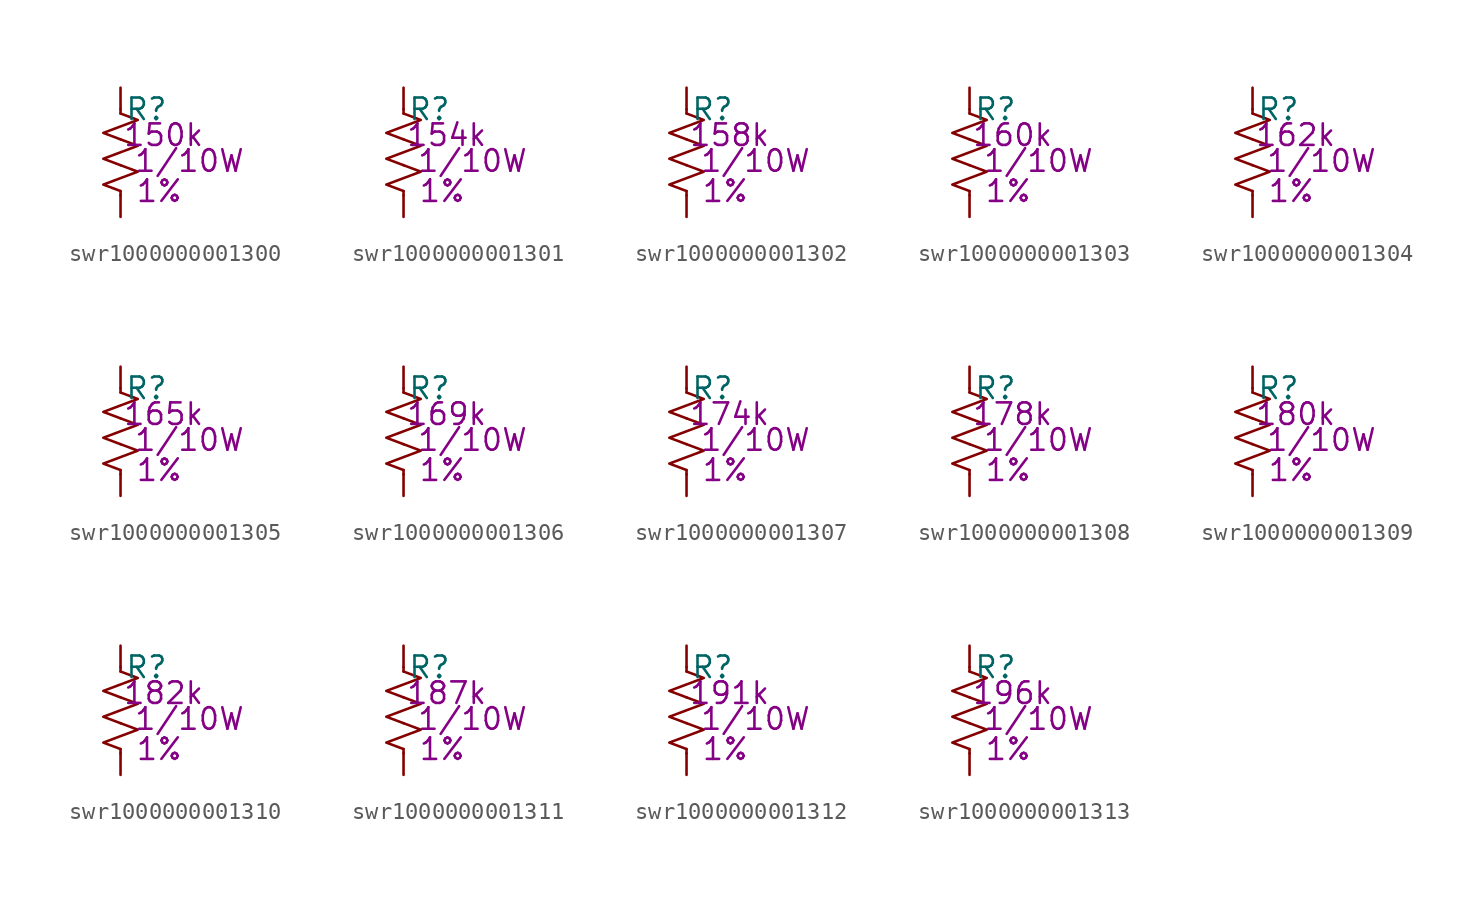
<source format=kicad_sym>
(kicad_symbol_lib
  (version 20211014)
  (generator kicad_symbol_editor)
  (symbol "swr1000000001300"
    (pin_numbers hide)
    (pin_names
      (offset 1.016))
    (property "Reference" "R"
      (at 1.524 2.54 0)
      (effects (font (size 1.27 1.27))))
    (property "PartValue" "150k"
      (at 2.54 1.016 0)
      (effects (font (size 1.27 1.27))))
    (property "Tolerance" "1%"
      (at 2.286 -2.286 0)
      (effects (font (size 1.27 1.27))))
    (property "Wattage" "1/10W"
      (at 4.064 -0.508 0)
      (effects (font (size 1.27 1.27))))
    (symbol "swr1000000001300_1_1"
      (polyline (pts (xy 0 -2.286) (xy 0 -2.54)) (stroke (width 0) (type default) (color 0 0 0 0)) (fill (type none)))
      (polyline (pts (xy 0 2.286) (xy 0 2.54)) (stroke (width 0) (type default) (color 0 0 0 0)) (fill (type none)))
      (polyline (pts (xy 0 -0.762) (xy 1.016 -1.143) (xy 0 -1.524) (xy -1.016 -1.905) (xy 0 -2.286)) (stroke (width 0) (type default) (color 0 0 0 0)) (fill (type none)))
      (polyline (pts (xy 0 0.762) (xy 1.016 0.381) (xy 0 0) (xy -1.016 -0.381) (xy 0 -0.762)) (stroke (width 0) (type default) (color 0 0 0 0)) (fill (type none)))
      (polyline (pts (xy 0 2.286) (xy 1.016 1.905) (xy 0 1.524) (xy -1.016 1.143) (xy 0 0.762)) (stroke (width 0) (type default) (color 0 0 0 0)) (fill (type none)))
      (pin passive line (at 0 3.81 270) (length 1.27) (name "~" (effects (font (size 1.27 1.27)))) (number "1" (effects (font (size 1.27 1.27)))))
      (pin passive line (at 0 -3.81 90) (length 1.27) (name "~" (effects (font (size 1.27 1.27)))) (number "2" (effects (font (size 1.27 1.27)))))))
  (symbol "swr1000000001301"
    (pin_numbers hide)
    (pin_names
      (offset 1.016))
    (property "Reference" "R"
      (at 1.524 2.54 0)
      (effects (font (size 1.27 1.27))))
    (property "PartValue" "154k"
      (at 2.54 1.016 0)
      (effects (font (size 1.27 1.27))))
    (property "Tolerance" "1%"
      (at 2.286 -2.286 0)
      (effects (font (size 1.27 1.27))))
    (property "Wattage" "1/10W"
      (at 4.064 -0.508 0)
      (effects (font (size 1.27 1.27))))
    (symbol "swr1000000001301_1_1"
      (polyline (pts (xy 0 -2.286) (xy 0 -2.54)) (stroke (width 0) (type default) (color 0 0 0 0)) (fill (type none)))
      (polyline (pts (xy 0 2.286) (xy 0 2.54)) (stroke (width 0) (type default) (color 0 0 0 0)) (fill (type none)))
      (polyline (pts (xy 0 -0.762) (xy 1.016 -1.143) (xy 0 -1.524) (xy -1.016 -1.905) (xy 0 -2.286)) (stroke (width 0) (type default) (color 0 0 0 0)) (fill (type none)))
      (polyline (pts (xy 0 0.762) (xy 1.016 0.381) (xy 0 0) (xy -1.016 -0.381) (xy 0 -0.762)) (stroke (width 0) (type default) (color 0 0 0 0)) (fill (type none)))
      (polyline (pts (xy 0 2.286) (xy 1.016 1.905) (xy 0 1.524) (xy -1.016 1.143) (xy 0 0.762)) (stroke (width 0) (type default) (color 0 0 0 0)) (fill (type none)))
      (pin passive line (at 0 3.81 270) (length 1.27) (name "~" (effects (font (size 1.27 1.27)))) (number "1" (effects (font (size 1.27 1.27)))))
      (pin passive line (at 0 -3.81 90) (length 1.27) (name "~" (effects (font (size 1.27 1.27)))) (number "2" (effects (font (size 1.27 1.27)))))))
  (symbol "swr1000000001302"
    (pin_numbers hide)
    (pin_names
      (offset 1.016))
    (property "Reference" "R"
      (at 1.524 2.54 0)
      (effects (font (size 1.27 1.27))))
    (property "PartValue" "158k"
      (at 2.54 1.016 0)
      (effects (font (size 1.27 1.27))))
    (property "Tolerance" "1%"
      (at 2.286 -2.286 0)
      (effects (font (size 1.27 1.27))))
    (property "Wattage" "1/10W"
      (at 4.064 -0.508 0)
      (effects (font (size 1.27 1.27))))
    (symbol "swr1000000001302_1_1"
      (polyline (pts (xy 0 -2.286) (xy 0 -2.54)) (stroke (width 0) (type default) (color 0 0 0 0)) (fill (type none)))
      (polyline (pts (xy 0 2.286) (xy 0 2.54)) (stroke (width 0) (type default) (color 0 0 0 0)) (fill (type none)))
      (polyline (pts (xy 0 -0.762) (xy 1.016 -1.143) (xy 0 -1.524) (xy -1.016 -1.905) (xy 0 -2.286)) (stroke (width 0) (type default) (color 0 0 0 0)) (fill (type none)))
      (polyline (pts (xy 0 0.762) (xy 1.016 0.381) (xy 0 0) (xy -1.016 -0.381) (xy 0 -0.762)) (stroke (width 0) (type default) (color 0 0 0 0)) (fill (type none)))
      (polyline (pts (xy 0 2.286) (xy 1.016 1.905) (xy 0 1.524) (xy -1.016 1.143) (xy 0 0.762)) (stroke (width 0) (type default) (color 0 0 0 0)) (fill (type none)))
      (pin passive line (at 0 3.81 270) (length 1.27) (name "~" (effects (font (size 1.27 1.27)))) (number "1" (effects (font (size 1.27 1.27)))))
      (pin passive line (at 0 -3.81 90) (length 1.27) (name "~" (effects (font (size 1.27 1.27)))) (number "2" (effects (font (size 1.27 1.27)))))))
  (symbol "swr1000000001303"
    (pin_numbers hide)
    (pin_names
      (offset 1.016))
    (property "Reference" "R"
      (at 1.524 2.54 0)
      (effects (font (size 1.27 1.27))))
    (property "PartValue" "160k"
      (at 2.54 1.016 0)
      (effects (font (size 1.27 1.27))))
    (property "Tolerance" "1%"
      (at 2.286 -2.286 0)
      (effects (font (size 1.27 1.27))))
    (property "Wattage" "1/10W"
      (at 4.064 -0.508 0)
      (effects (font (size 1.27 1.27))))
    (symbol "swr1000000001303_1_1"
      (polyline (pts (xy 0 -2.286) (xy 0 -2.54)) (stroke (width 0) (type default) (color 0 0 0 0)) (fill (type none)))
      (polyline (pts (xy 0 2.286) (xy 0 2.54)) (stroke (width 0) (type default) (color 0 0 0 0)) (fill (type none)))
      (polyline (pts (xy 0 -0.762) (xy 1.016 -1.143) (xy 0 -1.524) (xy -1.016 -1.905) (xy 0 -2.286)) (stroke (width 0) (type default) (color 0 0 0 0)) (fill (type none)))
      (polyline (pts (xy 0 0.762) (xy 1.016 0.381) (xy 0 0) (xy -1.016 -0.381) (xy 0 -0.762)) (stroke (width 0) (type default) (color 0 0 0 0)) (fill (type none)))
      (polyline (pts (xy 0 2.286) (xy 1.016 1.905) (xy 0 1.524) (xy -1.016 1.143) (xy 0 0.762)) (stroke (width 0) (type default) (color 0 0 0 0)) (fill (type none)))
      (pin passive line (at 0 3.81 270) (length 1.27) (name "~" (effects (font (size 1.27 1.27)))) (number "1" (effects (font (size 1.27 1.27)))))
      (pin passive line (at 0 -3.81 90) (length 1.27) (name "~" (effects (font (size 1.27 1.27)))) (number "2" (effects (font (size 1.27 1.27)))))))
  (symbol "swr1000000001304"
    (pin_numbers hide)
    (pin_names
      (offset 1.016))
    (property "Reference" "R"
      (at 1.524 2.54 0)
      (effects (font (size 1.27 1.27))))
    (property "PartValue" "162k"
      (at 2.54 1.016 0)
      (effects (font (size 1.27 1.27))))
    (property "Tolerance" "1%"
      (at 2.286 -2.286 0)
      (effects (font (size 1.27 1.27))))
    (property "Wattage" "1/10W"
      (at 4.064 -0.508 0)
      (effects (font (size 1.27 1.27))))
    (symbol "swr1000000001304_1_1"
      (polyline (pts (xy 0 -2.286) (xy 0 -2.54)) (stroke (width 0) (type default) (color 0 0 0 0)) (fill (type none)))
      (polyline (pts (xy 0 2.286) (xy 0 2.54)) (stroke (width 0) (type default) (color 0 0 0 0)) (fill (type none)))
      (polyline (pts (xy 0 -0.762) (xy 1.016 -1.143) (xy 0 -1.524) (xy -1.016 -1.905) (xy 0 -2.286)) (stroke (width 0) (type default) (color 0 0 0 0)) (fill (type none)))
      (polyline (pts (xy 0 0.762) (xy 1.016 0.381) (xy 0 0) (xy -1.016 -0.381) (xy 0 -0.762)) (stroke (width 0) (type default) (color 0 0 0 0)) (fill (type none)))
      (polyline (pts (xy 0 2.286) (xy 1.016 1.905) (xy 0 1.524) (xy -1.016 1.143) (xy 0 0.762)) (stroke (width 0) (type default) (color 0 0 0 0)) (fill (type none)))
      (pin passive line (at 0 3.81 270) (length 1.27) (name "~" (effects (font (size 1.27 1.27)))) (number "1" (effects (font (size 1.27 1.27)))))
      (pin passive line (at 0 -3.81 90) (length 1.27) (name "~" (effects (font (size 1.27 1.27)))) (number "2" (effects (font (size 1.27 1.27)))))))
  (symbol "swr1000000001305"
    (pin_numbers hide)
    (pin_names
      (offset 1.016))
    (property "Reference" "R"
      (at 1.524 2.54 0)
      (effects (font (size 1.27 1.27))))
    (property "PartValue" "165k"
      (at 2.54 1.016 0)
      (effects (font (size 1.27 1.27))))
    (property "Tolerance" "1%"
      (at 2.286 -2.286 0)
      (effects (font (size 1.27 1.27))))
    (property "Wattage" "1/10W"
      (at 4.064 -0.508 0)
      (effects (font (size 1.27 1.27))))
    (symbol "swr1000000001305_1_1"
      (polyline (pts (xy 0 -2.286) (xy 0 -2.54)) (stroke (width 0) (type default) (color 0 0 0 0)) (fill (type none)))
      (polyline (pts (xy 0 2.286) (xy 0 2.54)) (stroke (width 0) (type default) (color 0 0 0 0)) (fill (type none)))
      (polyline (pts (xy 0 -0.762) (xy 1.016 -1.143) (xy 0 -1.524) (xy -1.016 -1.905) (xy 0 -2.286)) (stroke (width 0) (type default) (color 0 0 0 0)) (fill (type none)))
      (polyline (pts (xy 0 0.762) (xy 1.016 0.381) (xy 0 0) (xy -1.016 -0.381) (xy 0 -0.762)) (stroke (width 0) (type default) (color 0 0 0 0)) (fill (type none)))
      (polyline (pts (xy 0 2.286) (xy 1.016 1.905) (xy 0 1.524) (xy -1.016 1.143) (xy 0 0.762)) (stroke (width 0) (type default) (color 0 0 0 0)) (fill (type none)))
      (pin passive line (at 0 3.81 270) (length 1.27) (name "~" (effects (font (size 1.27 1.27)))) (number "1" (effects (font (size 1.27 1.27)))))
      (pin passive line (at 0 -3.81 90) (length 1.27) (name "~" (effects (font (size 1.27 1.27)))) (number "2" (effects (font (size 1.27 1.27)))))))
  (symbol "swr1000000001306"
    (pin_numbers hide)
    (pin_names
      (offset 1.016))
    (property "Reference" "R"
      (at 1.524 2.54 0)
      (effects (font (size 1.27 1.27))))
    (property "PartValue" "169k"
      (at 2.54 1.016 0)
      (effects (font (size 1.27 1.27))))
    (property "Tolerance" "1%"
      (at 2.286 -2.286 0)
      (effects (font (size 1.27 1.27))))
    (property "Wattage" "1/10W"
      (at 4.064 -0.508 0)
      (effects (font (size 1.27 1.27))))
    (symbol "swr1000000001306_1_1"
      (polyline (pts (xy 0 -2.286) (xy 0 -2.54)) (stroke (width 0) (type default) (color 0 0 0 0)) (fill (type none)))
      (polyline (pts (xy 0 2.286) (xy 0 2.54)) (stroke (width 0) (type default) (color 0 0 0 0)) (fill (type none)))
      (polyline (pts (xy 0 -0.762) (xy 1.016 -1.143) (xy 0 -1.524) (xy -1.016 -1.905) (xy 0 -2.286)) (stroke (width 0) (type default) (color 0 0 0 0)) (fill (type none)))
      (polyline (pts (xy 0 0.762) (xy 1.016 0.381) (xy 0 0) (xy -1.016 -0.381) (xy 0 -0.762)) (stroke (width 0) (type default) (color 0 0 0 0)) (fill (type none)))
      (polyline (pts (xy 0 2.286) (xy 1.016 1.905) (xy 0 1.524) (xy -1.016 1.143) (xy 0 0.762)) (stroke (width 0) (type default) (color 0 0 0 0)) (fill (type none)))
      (pin passive line (at 0 3.81 270) (length 1.27) (name "~" (effects (font (size 1.27 1.27)))) (number "1" (effects (font (size 1.27 1.27)))))
      (pin passive line (at 0 -3.81 90) (length 1.27) (name "~" (effects (font (size 1.27 1.27)))) (number "2" (effects (font (size 1.27 1.27)))))))
  (symbol "swr1000000001307"
    (pin_numbers hide)
    (pin_names
      (offset 1.016))
    (property "Reference" "R"
      (at 1.524 2.54 0)
      (effects (font (size 1.27 1.27))))
    (property "PartValue" "174k"
      (at 2.54 1.016 0)
      (effects (font (size 1.27 1.27))))
    (property "Tolerance" "1%"
      (at 2.286 -2.286 0)
      (effects (font (size 1.27 1.27))))
    (property "Wattage" "1/10W"
      (at 4.064 -0.508 0)
      (effects (font (size 1.27 1.27))))
    (symbol "swr1000000001307_1_1"
      (polyline (pts (xy 0 -2.286) (xy 0 -2.54)) (stroke (width 0) (type default) (color 0 0 0 0)) (fill (type none)))
      (polyline (pts (xy 0 2.286) (xy 0 2.54)) (stroke (width 0) (type default) (color 0 0 0 0)) (fill (type none)))
      (polyline (pts (xy 0 -0.762) (xy 1.016 -1.143) (xy 0 -1.524) (xy -1.016 -1.905) (xy 0 -2.286)) (stroke (width 0) (type default) (color 0 0 0 0)) (fill (type none)))
      (polyline (pts (xy 0 0.762) (xy 1.016 0.381) (xy 0 0) (xy -1.016 -0.381) (xy 0 -0.762)) (stroke (width 0) (type default) (color 0 0 0 0)) (fill (type none)))
      (polyline (pts (xy 0 2.286) (xy 1.016 1.905) (xy 0 1.524) (xy -1.016 1.143) (xy 0 0.762)) (stroke (width 0) (type default) (color 0 0 0 0)) (fill (type none)))
      (pin passive line (at 0 3.81 270) (length 1.27) (name "~" (effects (font (size 1.27 1.27)))) (number "1" (effects (font (size 1.27 1.27)))))
      (pin passive line (at 0 -3.81 90) (length 1.27) (name "~" (effects (font (size 1.27 1.27)))) (number "2" (effects (font (size 1.27 1.27)))))))
  (symbol "swr1000000001308"
    (pin_numbers hide)
    (pin_names
      (offset 1.016))
    (property "Reference" "R"
      (at 1.524 2.54 0)
      (effects (font (size 1.27 1.27))))
    (property "PartValue" "178k"
      (at 2.54 1.016 0)
      (effects (font (size 1.27 1.27))))
    (property "Tolerance" "1%"
      (at 2.286 -2.286 0)
      (effects (font (size 1.27 1.27))))
    (property "Wattage" "1/10W"
      (at 4.064 -0.508 0)
      (effects (font (size 1.27 1.27))))
    (symbol "swr1000000001308_1_1"
      (polyline (pts (xy 0 -2.286) (xy 0 -2.54)) (stroke (width 0) (type default) (color 0 0 0 0)) (fill (type none)))
      (polyline (pts (xy 0 2.286) (xy 0 2.54)) (stroke (width 0) (type default) (color 0 0 0 0)) (fill (type none)))
      (polyline (pts (xy 0 -0.762) (xy 1.016 -1.143) (xy 0 -1.524) (xy -1.016 -1.905) (xy 0 -2.286)) (stroke (width 0) (type default) (color 0 0 0 0)) (fill (type none)))
      (polyline (pts (xy 0 0.762) (xy 1.016 0.381) (xy 0 0) (xy -1.016 -0.381) (xy 0 -0.762)) (stroke (width 0) (type default) (color 0 0 0 0)) (fill (type none)))
      (polyline (pts (xy 0 2.286) (xy 1.016 1.905) (xy 0 1.524) (xy -1.016 1.143) (xy 0 0.762)) (stroke (width 0) (type default) (color 0 0 0 0)) (fill (type none)))
      (pin passive line (at 0 3.81 270) (length 1.27) (name "~" (effects (font (size 1.27 1.27)))) (number "1" (effects (font (size 1.27 1.27)))))
      (pin passive line (at 0 -3.81 90) (length 1.27) (name "~" (effects (font (size 1.27 1.27)))) (number "2" (effects (font (size 1.27 1.27)))))))
  (symbol "swr1000000001309"
    (pin_numbers hide)
    (pin_names
      (offset 1.016))
    (property "Reference" "R"
      (at 1.524 2.54 0)
      (effects (font (size 1.27 1.27))))
    (property "PartValue" "180k"
      (at 2.54 1.016 0)
      (effects (font (size 1.27 1.27))))
    (property "Tolerance" "1%"
      (at 2.286 -2.286 0)
      (effects (font (size 1.27 1.27))))
    (property "Wattage" "1/10W"
      (at 4.064 -0.508 0)
      (effects (font (size 1.27 1.27))))
    (symbol "swr1000000001309_1_1"
      (polyline (pts (xy 0 -2.286) (xy 0 -2.54)) (stroke (width 0) (type default) (color 0 0 0 0)) (fill (type none)))
      (polyline (pts (xy 0 2.286) (xy 0 2.54)) (stroke (width 0) (type default) (color 0 0 0 0)) (fill (type none)))
      (polyline (pts (xy 0 -0.762) (xy 1.016 -1.143) (xy 0 -1.524) (xy -1.016 -1.905) (xy 0 -2.286)) (stroke (width 0) (type default) (color 0 0 0 0)) (fill (type none)))
      (polyline (pts (xy 0 0.762) (xy 1.016 0.381) (xy 0 0) (xy -1.016 -0.381) (xy 0 -0.762)) (stroke (width 0) (type default) (color 0 0 0 0)) (fill (type none)))
      (polyline (pts (xy 0 2.286) (xy 1.016 1.905) (xy 0 1.524) (xy -1.016 1.143) (xy 0 0.762)) (stroke (width 0) (type default) (color 0 0 0 0)) (fill (type none)))
      (pin passive line (at 0 3.81 270) (length 1.27) (name "~" (effects (font (size 1.27 1.27)))) (number "1" (effects (font (size 1.27 1.27)))))
      (pin passive line (at 0 -3.81 90) (length 1.27) (name "~" (effects (font (size 1.27 1.27)))) (number "2" (effects (font (size 1.27 1.27)))))))
  (symbol "swr1000000001310"
    (pin_numbers hide)
    (pin_names
      (offset 1.016))
    (property "Reference" "R"
      (at 1.524 2.54 0)
      (effects (font (size 1.27 1.27))))
    (property "PartValue" "182k"
      (at 2.54 1.016 0)
      (effects (font (size 1.27 1.27))))
    (property "Tolerance" "1%"
      (at 2.286 -2.286 0)
      (effects (font (size 1.27 1.27))))
    (property "Wattage" "1/10W"
      (at 4.064 -0.508 0)
      (effects (font (size 1.27 1.27))))
    (symbol "swr1000000001310_1_1"
      (polyline (pts (xy 0 -2.286) (xy 0 -2.54)) (stroke (width 0) (type default) (color 0 0 0 0)) (fill (type none)))
      (polyline (pts (xy 0 2.286) (xy 0 2.54)) (stroke (width 0) (type default) (color 0 0 0 0)) (fill (type none)))
      (polyline (pts (xy 0 -0.762) (xy 1.016 -1.143) (xy 0 -1.524) (xy -1.016 -1.905) (xy 0 -2.286)) (stroke (width 0) (type default) (color 0 0 0 0)) (fill (type none)))
      (polyline (pts (xy 0 0.762) (xy 1.016 0.381) (xy 0 0) (xy -1.016 -0.381) (xy 0 -0.762)) (stroke (width 0) (type default) (color 0 0 0 0)) (fill (type none)))
      (polyline (pts (xy 0 2.286) (xy 1.016 1.905) (xy 0 1.524) (xy -1.016 1.143) (xy 0 0.762)) (stroke (width 0) (type default) (color 0 0 0 0)) (fill (type none)))
      (pin passive line (at 0 3.81 270) (length 1.27) (name "~" (effects (font (size 1.27 1.27)))) (number "1" (effects (font (size 1.27 1.27)))))
      (pin passive line (at 0 -3.81 90) (length 1.27) (name "~" (effects (font (size 1.27 1.27)))) (number "2" (effects (font (size 1.27 1.27)))))))
  (symbol "swr1000000001311"
    (pin_numbers hide)
    (pin_names
      (offset 1.016))
    (property "Reference" "R"
      (at 1.524 2.54 0)
      (effects (font (size 1.27 1.27))))
    (property "PartValue" "187k"
      (at 2.54 1.016 0)
      (effects (font (size 1.27 1.27))))
    (property "Tolerance" "1%"
      (at 2.286 -2.286 0)
      (effects (font (size 1.27 1.27))))
    (property "Wattage" "1/10W"
      (at 4.064 -0.508 0)
      (effects (font (size 1.27 1.27))))
    (symbol "swr1000000001311_1_1"
      (polyline (pts (xy 0 -2.286) (xy 0 -2.54)) (stroke (width 0) (type default) (color 0 0 0 0)) (fill (type none)))
      (polyline (pts (xy 0 2.286) (xy 0 2.54)) (stroke (width 0) (type default) (color 0 0 0 0)) (fill (type none)))
      (polyline (pts (xy 0 -0.762) (xy 1.016 -1.143) (xy 0 -1.524) (xy -1.016 -1.905) (xy 0 -2.286)) (stroke (width 0) (type default) (color 0 0 0 0)) (fill (type none)))
      (polyline (pts (xy 0 0.762) (xy 1.016 0.381) (xy 0 0) (xy -1.016 -0.381) (xy 0 -0.762)) (stroke (width 0) (type default) (color 0 0 0 0)) (fill (type none)))
      (polyline (pts (xy 0 2.286) (xy 1.016 1.905) (xy 0 1.524) (xy -1.016 1.143) (xy 0 0.762)) (stroke (width 0) (type default) (color 0 0 0 0)) (fill (type none)))
      (pin passive line (at 0 3.81 270) (length 1.27) (name "~" (effects (font (size 1.27 1.27)))) (number "1" (effects (font (size 1.27 1.27)))))
      (pin passive line (at 0 -3.81 90) (length 1.27) (name "~" (effects (font (size 1.27 1.27)))) (number "2" (effects (font (size 1.27 1.27)))))))
  (symbol "swr1000000001312"
    (pin_numbers hide)
    (pin_names
      (offset 1.016))
    (property "Reference" "R"
      (at 1.524 2.54 0)
      (effects (font (size 1.27 1.27))))
    (property "PartValue" "191k"
      (at 2.54 1.016 0)
      (effects (font (size 1.27 1.27))))
    (property "Tolerance" "1%"
      (at 2.286 -2.286 0)
      (effects (font (size 1.27 1.27))))
    (property "Wattage" "1/10W"
      (at 4.064 -0.508 0)
      (effects (font (size 1.27 1.27))))
    (symbol "swr1000000001312_1_1"
      (polyline (pts (xy 0 -2.286) (xy 0 -2.54)) (stroke (width 0) (type default) (color 0 0 0 0)) (fill (type none)))
      (polyline (pts (xy 0 2.286) (xy 0 2.54)) (stroke (width 0) (type default) (color 0 0 0 0)) (fill (type none)))
      (polyline (pts (xy 0 -0.762) (xy 1.016 -1.143) (xy 0 -1.524) (xy -1.016 -1.905) (xy 0 -2.286)) (stroke (width 0) (type default) (color 0 0 0 0)) (fill (type none)))
      (polyline (pts (xy 0 0.762) (xy 1.016 0.381) (xy 0 0) (xy -1.016 -0.381) (xy 0 -0.762)) (stroke (width 0) (type default) (color 0 0 0 0)) (fill (type none)))
      (polyline (pts (xy 0 2.286) (xy 1.016 1.905) (xy 0 1.524) (xy -1.016 1.143) (xy 0 0.762)) (stroke (width 0) (type default) (color 0 0 0 0)) (fill (type none)))
      (pin passive line (at 0 3.81 270) (length 1.27) (name "~" (effects (font (size 1.27 1.27)))) (number "1" (effects (font (size 1.27 1.27)))))
      (pin passive line (at 0 -3.81 90) (length 1.27) (name "~" (effects (font (size 1.27 1.27)))) (number "2" (effects (font (size 1.27 1.27)))))))
  (symbol "swr1000000001313"
    (pin_numbers hide)
    (pin_names
      (offset 1.016))
    (property "Reference" "R"
      (at 1.524 2.54 0)
      (effects (font (size 1.27 1.27))))
    (property "PartValue" "196k"
      (at 2.54 1.016 0)
      (effects (font (size 1.27 1.27))))
    (property "Tolerance" "1%"
      (at 2.286 -2.286 0)
      (effects (font (size 1.27 1.27))))
    (property "Wattage" "1/10W"
      (at 4.064 -0.508 0)
      (effects (font (size 1.27 1.27))))
    (symbol "swr1000000001313_1_1"
      (polyline (pts (xy 0 -2.286) (xy 0 -2.54)) (stroke (width 0) (type default) (color 0 0 0 0)) (fill (type none)))
      (polyline (pts (xy 0 2.286) (xy 0 2.54)) (stroke (width 0) (type default) (color 0 0 0 0)) (fill (type none)))
      (polyline (pts (xy 0 -0.762) (xy 1.016 -1.143) (xy 0 -1.524) (xy -1.016 -1.905) (xy 0 -2.286)) (stroke (width 0) (type default) (color 0 0 0 0)) (fill (type none)))
      (polyline (pts (xy 0 0.762) (xy 1.016 0.381) (xy 0 0) (xy -1.016 -0.381) (xy 0 -0.762)) (stroke (width 0) (type default) (color 0 0 0 0)) (fill (type none)))
      (polyline (pts (xy 0 2.286) (xy 1.016 1.905) (xy 0 1.524) (xy -1.016 1.143) (xy 0 0.762)) (stroke (width 0) (type default) (color 0 0 0 0)) (fill (type none)))
      (pin passive line (at 0 3.81 270) (length 1.27) (name "~" (effects (font (size 1.27 1.27)))) (number "1" (effects (font (size 1.27 1.27)))))
      (pin passive line (at 0 -3.81 90) (length 1.27) (name "~" (effects (font (size 1.27 1.27)))) (number "2" (effects (font (size 1.27 1.27))))))))
</source>
